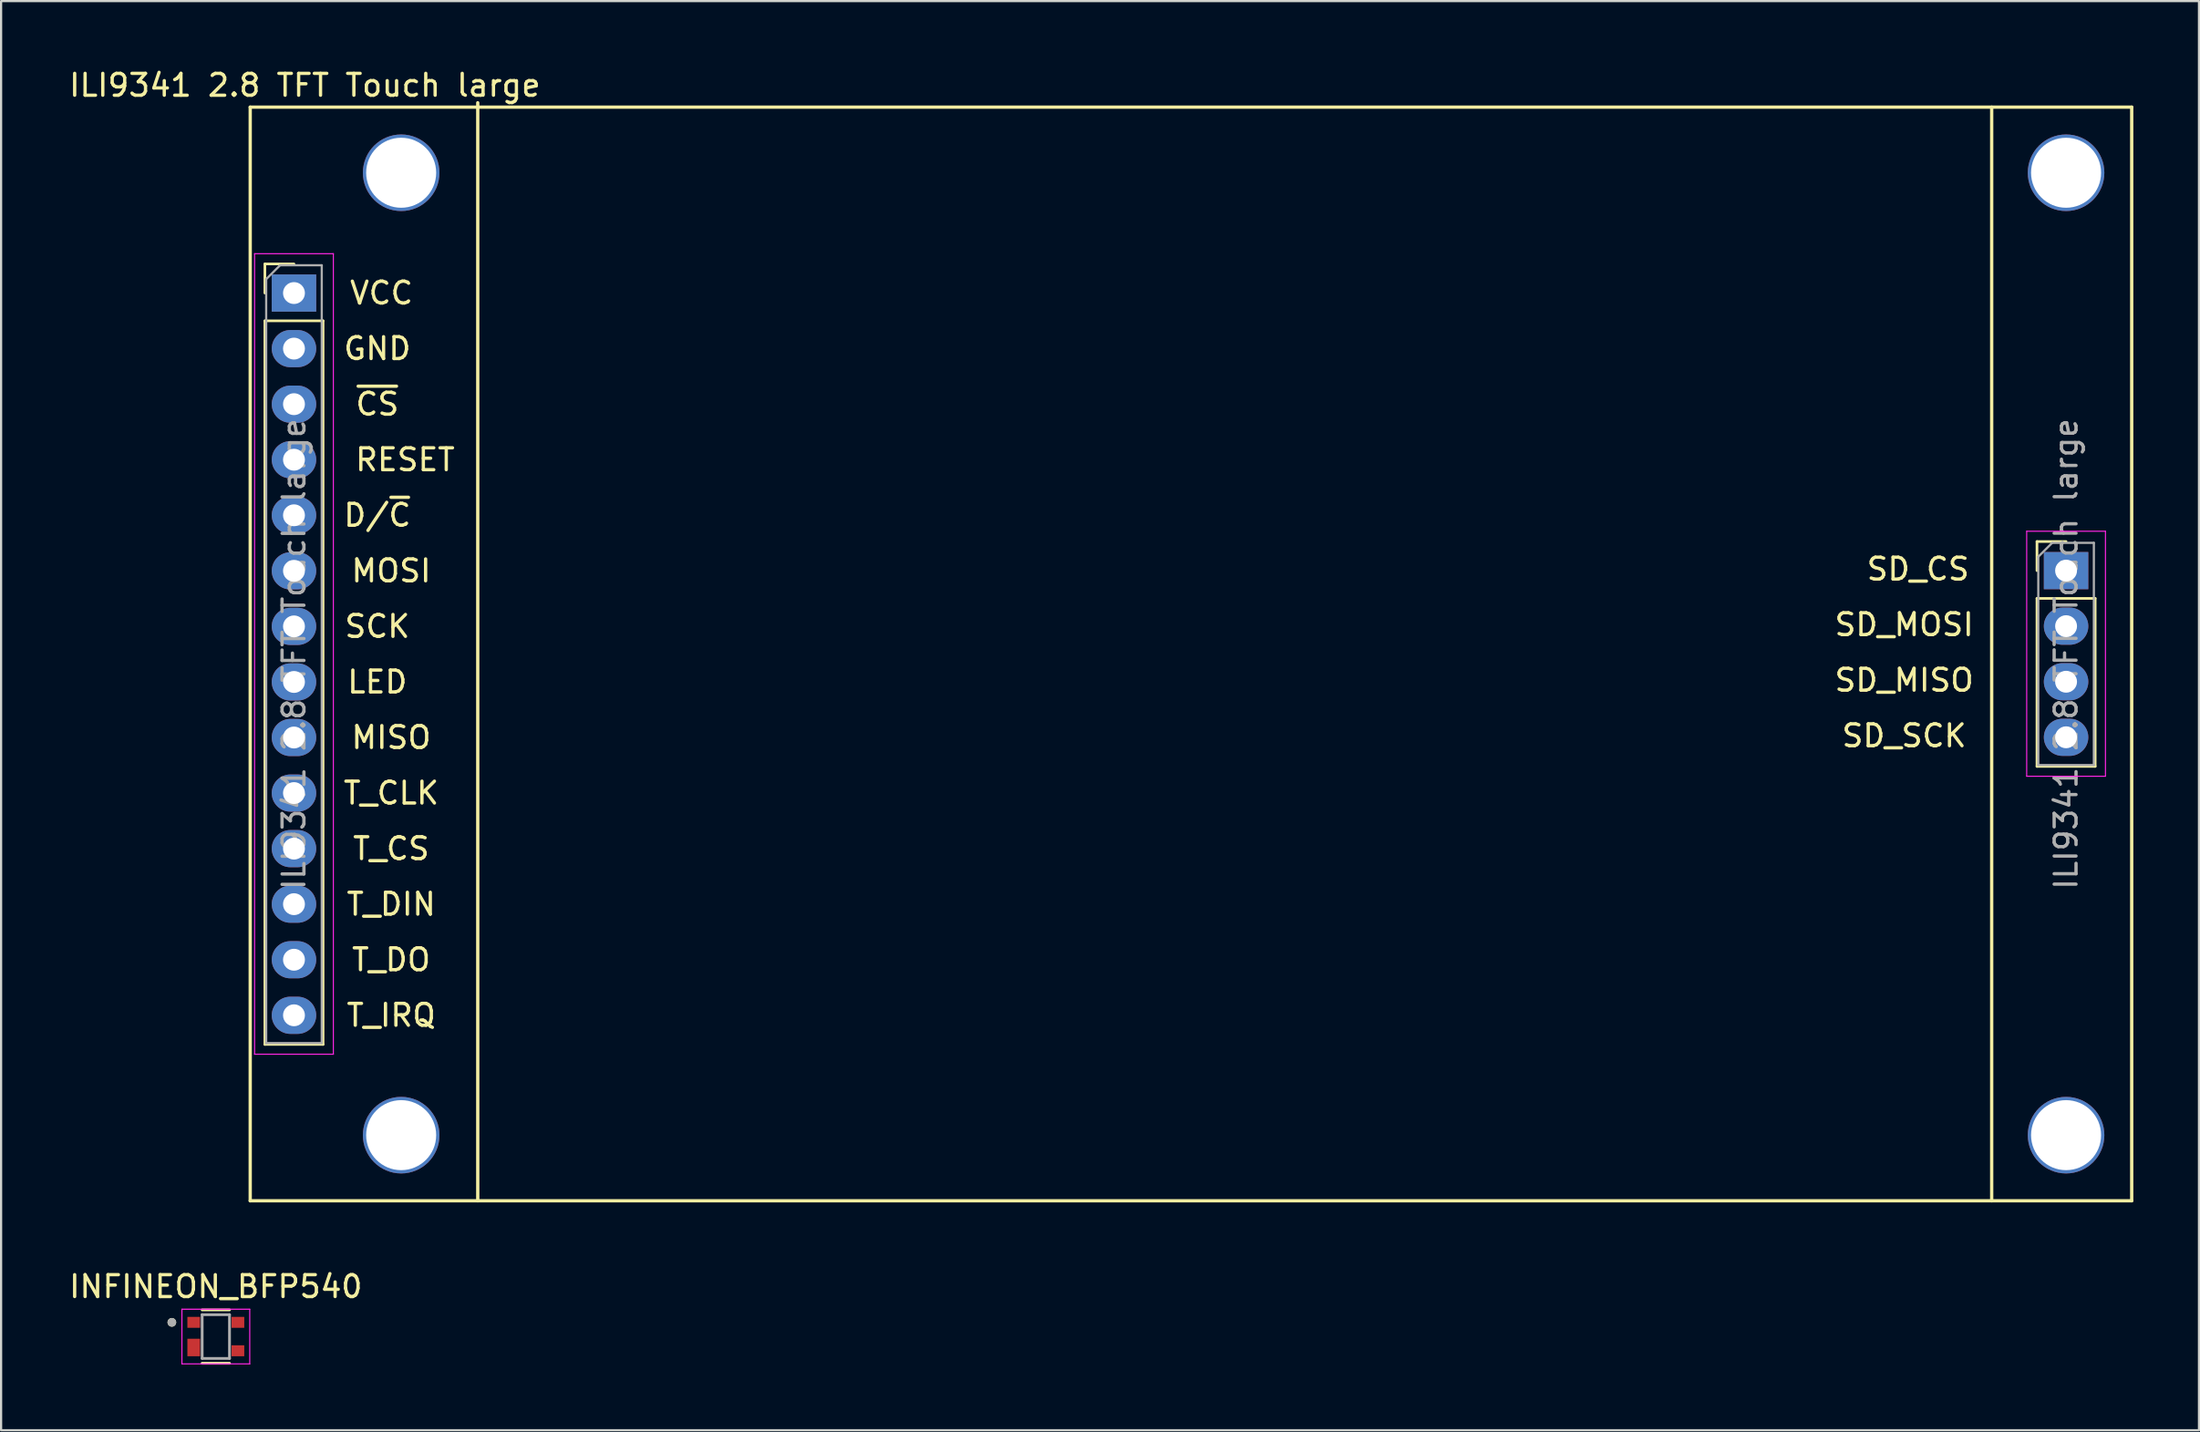
<source format=kicad_pcb>
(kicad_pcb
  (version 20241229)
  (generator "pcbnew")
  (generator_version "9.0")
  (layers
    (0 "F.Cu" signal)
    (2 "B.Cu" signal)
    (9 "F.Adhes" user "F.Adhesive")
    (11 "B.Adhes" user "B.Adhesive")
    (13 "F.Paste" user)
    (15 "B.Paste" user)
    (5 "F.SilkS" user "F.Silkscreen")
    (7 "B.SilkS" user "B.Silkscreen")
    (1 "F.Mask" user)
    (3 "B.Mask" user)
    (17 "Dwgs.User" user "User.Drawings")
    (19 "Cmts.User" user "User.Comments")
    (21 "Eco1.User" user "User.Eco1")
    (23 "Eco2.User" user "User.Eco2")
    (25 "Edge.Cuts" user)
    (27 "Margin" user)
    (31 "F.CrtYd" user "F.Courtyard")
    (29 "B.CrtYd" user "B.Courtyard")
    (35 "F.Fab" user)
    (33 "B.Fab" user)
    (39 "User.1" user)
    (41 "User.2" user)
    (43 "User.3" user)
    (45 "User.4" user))
  (footprint "INFINEON_BFP540"
    (layer "F.Cu")
    (at 6.815 58.056)
    (property "Reference" "INFINEON_BFP540" (at 0 -2.285 0) (layer "F.SilkS") (effects (font (size 1 1) (thickness 0.15))))
    (attr smd)
    (fp_line (start -0.625 -1.22) (end 0.625 -1.22) (stroke (width 0.127) (type solid)) (layer "F.SilkS"))
    (fp_line (start -0.625 1.22) (end 0.625 1.22) (stroke (width 0.127) (type solid)) (layer "F.SilkS"))
    (fp_circle (center -2.01 -0.65) (end -1.91 -0.65) (stroke (width 0.2) (type solid)) (fill no) (layer "F.SilkS"))
    (fp_line (start -1.55 -1.25) (end -1.55 1.25) (stroke (width 0.05) (type solid)) (layer "F.CrtYd"))
    (fp_line (start -1.55 1.25) (end 1.55 1.25) (stroke (width 0.05) (type solid)) (layer "F.CrtYd"))
    (fp_line (start 1.55 -1.25) (end -1.55 -1.25) (stroke (width 0.05) (type solid)) (layer "F.CrtYd"))
    (fp_line (start 1.55 1.25) (end 1.55 -1.25) (stroke (width 0.05) (type solid)) (layer "F.CrtYd"))
    (fp_line (start -0.625 -1) (end -0.625 1) (stroke (width 0.127) (type solid)) (layer "F.Fab"))
    (fp_line (start -0.625 1) (end 0.625 1) (stroke (width 0.127) (type solid)) (layer "F.Fab"))
    (fp_line (start 0.625 -1) (end -0.625 -1) (stroke (width 0.127) (type solid)) (layer "F.Fab"))
    (fp_line (start 0.625 1) (end 0.625 -1) (stroke (width 0.127) (type solid)) (layer "F.Fab"))
    (fp_circle (center -2.01 -0.65) (end -1.91 -0.65) (stroke (width 0.2) (type solid)) (fill no) (layer "F.Fab"))
    (pad "1" smd rect (at -1.01 -0.65) (size 0.58 0.5) (layers "F.Cu" "F.Mask" "F.Paste"))
    (pad "2" smd rect (at -1.01 0.5) (size 0.58 0.8) (layers "F.Cu" "F.Mask" "F.Paste"))
    (pad "3" smd rect (at 1.01 0.65) (size 0.58 0.5) (layers "F.Cu" "F.Mask" "F.Paste"))
    (pad "4" smd rect (at 1.01 -0.65) (size 0.58 0.5) (layers "F.Cu" "F.Mask" "F.Paste")))
  (footprint "ILI9341 2.8 TFT Touch large"
    (layer "F.Cu")
    (at 10.387 10.348)
    (property "Reference" "ILI9341 2.8 TFT Touch large" (at 0.5 -9.5 0) (layer "F.SilkS") (effects (font (size 1 1) (thickness 0.15))))
    (attr through_hole)
    (fp_line (start -2 -8.5) (end 84 -8.5) (stroke (width 0.15) (type solid)) (layer "F.SilkS"))
    (fp_line (start -2 41.5) (end -2 -8.5) (stroke (width 0.15) (type solid)) (layer "F.SilkS"))
    (fp_line (start -1.33 -1.33) (end 0 -1.33) (stroke (width 0.12) (type solid)) (layer "F.SilkS"))
    (fp_line (start -1.33 0) (end -1.33 -1.33) (stroke (width 0.12) (type solid)) (layer "F.SilkS"))
    (fp_line (start -1.33 1.27) (end -1.33 34.35) (stroke (width 0.12) (type solid)) (layer "F.SilkS"))
    (fp_line (start -1.33 1.27) (end 1.33 1.27) (stroke (width 0.12) (type solid)) (layer "F.SilkS"))
    (fp_line (start -1.33 34.35) (end 1.33 34.35) (stroke (width 0.12) (type solid)) (layer "F.SilkS"))
    (fp_line (start 1.33 1.27) (end 1.33 34.35) (stroke (width 0.12) (type solid)) (layer "F.SilkS"))
    (fp_line (start 8.4 -8.7) (end 8.4 41.5) (stroke (width 0.15) (type solid)) (layer "F.SilkS"))
    (fp_line (start 77.6 -8.5) (end 77.6 41.5) (stroke (width 0.15) (type solid)) (layer "F.SilkS"))
    (fp_line (start 79.67 11.36) (end 81 11.36) (stroke (width 0.12) (type solid)) (layer "F.SilkS"))
    (fp_line (start 79.67 12.69) (end 79.67 11.36) (stroke (width 0.12) (type solid)) (layer "F.SilkS"))
    (fp_line (start 79.67 13.96) (end 79.67 21.64) (stroke (width 0.12) (type solid)) (layer "F.SilkS"))
    (fp_line (start 79.67 13.96) (end 82.33 13.96) (stroke (width 0.12) (type solid)) (layer "F.SilkS"))
    (fp_line (start 79.67 21.64) (end 82.33 21.64) (stroke (width 0.12) (type solid)) (layer "F.SilkS"))
    (fp_line (start 82.33 13.96) (end 82.33 21.64) (stroke (width 0.12) (type solid)) (layer "F.SilkS"))
    (fp_line (start 84 -8.5) (end 84 41.5) (stroke (width 0.15) (type solid)) (layer "F.SilkS"))
    (fp_line (start 84 41.5) (end -2 41.5) (stroke (width 0.15) (type solid)) (layer "F.SilkS"))
    (fp_line (start -1.8 -1.8) (end -1.8 34.8) (stroke (width 0.05) (type solid)) (layer "F.CrtYd"))
    (fp_line (start -1.8 34.8) (end 1.8 34.8) (stroke (width 0.05) (type solid)) (layer "F.CrtYd"))
    (fp_line (start 1.8 -1.8) (end -1.8 -1.8) (stroke (width 0.05) (type solid)) (layer "F.CrtYd"))
    (fp_line (start 1.8 34.8) (end 1.8 -1.8) (stroke (width 0.05) (type solid)) (layer "F.CrtYd"))
    (fp_line (start 79.2 10.89) (end 79.2 22.09) (stroke (width 0.05) (type solid)) (layer "F.CrtYd"))
    (fp_line (start 79.2 22.09) (end 82.8 22.09) (stroke (width 0.05) (type solid)) (layer "F.CrtYd"))
    (fp_line (start 82.8 10.89) (end 79.2 10.89) (stroke (width 0.05) (type solid)) (layer "F.CrtYd"))
    (fp_line (start 82.8 22.09) (end 82.8 10.89) (stroke (width 0.05) (type solid)) (layer "F.CrtYd"))
    (fp_line (start -1.27 -0.635) (end -0.635 -1.27) (stroke (width 0.1) (type solid)) (layer "F.Fab"))
    (fp_line (start -1.27 34.29) (end -1.27 -0.635) (stroke (width 0.1) (type solid)) (layer "F.Fab"))
    (fp_line (start -0.635 -1.27) (end 1.27 -1.27) (stroke (width 0.1) (type solid)) (layer "F.Fab"))
    (fp_line (start 1.27 -1.27) (end 1.27 34.29) (stroke (width 0.1) (type solid)) (layer "F.Fab"))
    (fp_line (start 1.27 34.29) (end -1.27 34.29) (stroke (width 0.1) (type solid)) (layer "F.Fab"))
    (fp_line (start 79.73 12.055) (end 80.365 11.42) (stroke (width 0.1) (type solid)) (layer "F.Fab"))
    (fp_line (start 79.73 21.58) (end 79.73 12.055) (stroke (width 0.1) (type solid)) (layer "F.Fab"))
    (fp_line (start 80.365 11.42) (end 82.27 11.42) (stroke (width 0.1) (type solid)) (layer "F.Fab"))
    (fp_line (start 82.27 11.42) (end 82.27 21.58) (stroke (width 0.1) (type solid)) (layer "F.Fab"))
    (fp_line (start 82.27 21.58) (end 79.73 21.58) (stroke (width 0.1) (type solid)) (layer "F.Fab"))
    (fp_text user "SD_MISO" (at 73.6 17.7 0) (unlocked yes) (layer "F.SilkS") (effects (font (size 1 1) (thickness 0.15))))
    (fp_text user "MISO" (at 4.445 20.32 0) (unlocked yes) (layer "F.SilkS") (effects (font (size 1 1) (thickness 0.15))))
    (fp_text user "RESET" (at 5.08 7.62 0) (unlocked yes) (layer "F.SilkS") (effects (font (size 1 1) (thickness 0.15))))
    (fp_text user "T_DIN" (at 4.445 27.94 0) (unlocked yes) (layer "F.SilkS") (effects (font (size 1 1) (thickness 0.15))))
    (fp_text user "VCC" (at 4 0 0) (unlocked yes) (layer "F.SilkS") (effects (font (size 1 1) (thickness 0.15))))
    (fp_text user "T_CLK" (at 4.445 22.86 0) (unlocked yes) (layer "F.SilkS") (effects (font (size 1 1) (thickness 0.15))))
    (fp_text user "GND" (at 3.81 2.54 0) (unlocked yes) (layer "F.SilkS") (effects (font (size 1 1) (thickness 0.15))))
    (fp_text user "T_IRQ" (at 4.445 33.02 0) (unlocked yes) (layer "F.SilkS") (effects (font (size 1 1) (thickness 0.15))))
    (fp_text user "SD_CS" (at 74.235 12.62 0) (unlocked yes) (layer "F.SilkS") (effects (font (size 1 1) (thickness 0.15))))
    (fp_text user "D/~{C}" (at 3.81 10.16 0) (unlocked yes) (layer "F.SilkS") (effects (font (size 1 1) (thickness 0.15))))
    (fp_text user "SD_SCK" (at 73.6 20.24 0) (unlocked yes) (layer "F.SilkS") (effects (font (size 1 1) (thickness 0.15))))
    (fp_text user "T_DO" (at 4.445 30.48 0) (unlocked yes) (layer "F.SilkS") (effects (font (size 1 1) (thickness 0.15))))
    (fp_text user "~{CS}" (at 3.81 5.08 0) (unlocked yes) (layer "F.SilkS") (effects (font (size 1 1) (thickness 0.15))))
    (fp_text user "SCK" (at 3.81 15.24 0) (unlocked yes) (layer "F.SilkS") (effects (font (size 1 1) (thickness 0.15))))
    (fp_text user "LED" (at 3.81 17.78 0) (unlocked yes) (layer "F.SilkS") (effects (font (size 1 1) (thickness 0.15))))
    (fp_text user "SD_MOSI" (at 73.6 15.16 0) (unlocked yes) (layer "F.SilkS") (effects (font (size 1 1) (thickness 0.15))))
    (fp_text user "T_CS" (at 4.445 25.4 0) (unlocked yes) (layer "F.SilkS") (effects (font (size 1 1) (thickness 0.15))))
    (fp_text user "MOSI" (at 4.445 12.7 0) (unlocked yes) (layer "F.SilkS") (effects (font (size 1 1) (thickness 0.15))))
    (fp_text user "${REFERENCE}" (at 0 16.51 90) (layer "F.Fab") (effects (font (size 1 1) (thickness 0.15))))
    (fp_text user "${REFERENCE}" (at 81 16.5 90) (layer "F.Fab") (effects (font (size 1 1) (thickness 0.15))))
    (pad "" np_thru_hole circle (at 4.9 -5.5) (size 3.5 3.5) (drill 3.2) (layers "*.Cu" "*.Mask"))
    (pad "" np_thru_hole circle (at 4.9 38.5) (size 3.5 3.5) (drill 3.2) (layers "*.Cu" "*.Mask"))
    (pad "" np_thru_hole circle (at 81 -5.5) (size 3.5 3.5) (drill 3.2) (layers "*.Cu" "*.Mask"))
    (pad "" np_thru_hole circle (at 81 38.5) (size 3.5 3.5) (drill 3.2) (layers "*.Cu" "*.Mask"))
    (pad "1" thru_hole rect (at 0 0) (size 2.032 1.7) (drill 1) (layers "*.Cu" "*.Mask"))
    (pad "2" thru_hole oval (at 0 2.54) (size 2.032 1.7) (drill 1) (layers "*.Cu" "*.Mask"))
    (pad "2" thru_hole oval (at 81 15.23) (size 2.032 1.7) (drill 1) (layers "*.Cu" "*.Mask"))
    (pad "3" thru_hole oval (at 0 5.08) (size 2.032 1.7) (drill 1) (layers "*.Cu" "*.Mask"))
    (pad "3" thru_hole oval (at 81 17.77) (size 2.032 1.7) (drill 1) (layers "*.Cu" "*.Mask"))
    (pad "4" thru_hole oval (at 0 7.62) (size 2.032 1.7) (drill 1) (layers "*.Cu" "*.Mask"))
    (pad "4" thru_hole oval (at 81 20.31) (size 2.032 1.7) (drill 1) (layers "*.Cu" "*.Mask"))
    (pad "5" thru_hole oval (at 0 10.16) (size 2.032 1.7) (drill 1) (layers "*.Cu" "*.Mask"))
    (pad "6" thru_hole oval (at 0 12.7) (size 2.032 1.7) (drill 1) (layers "*.Cu" "*.Mask"))
    (pad "7" thru_hole oval (at 0 15.24) (size 2.032 1.7) (drill 1) (layers "*.Cu" "*.Mask"))
    (pad "8" thru_hole oval (at 0 17.78) (size 2.032 1.7) (drill 1) (layers "*.Cu" "*.Mask"))
    (pad "9" thru_hole oval (at 0 20.32) (size 2.032 1.7) (drill 1) (layers "*.Cu" "*.Mask"))
    (pad "10" thru_hole oval (at 0 22.86) (size 2.032 1.7) (drill 1) (layers "*.Cu" "*.Mask"))
    (pad "11" thru_hole oval (at 0 25.4) (size 2.032 1.7) (drill 1) (layers "*.Cu" "*.Mask"))
    (pad "12" thru_hole oval (at 0 27.94) (size 2.032 1.7) (drill 1) (layers "*.Cu" "*.Mask"))
    (pad "13" thru_hole oval (at 0 30.48) (size 2.032 1.7) (drill 1) (layers "*.Cu" "*.Mask"))
    (pad "14" thru_hole oval (at 0 33.02) (size 2.032 1.7) (drill 1) (layers "*.Cu" "*.Mask"))
    (pad "15" thru_hole rect (at 81 12.69) (size 2.032 1.7) (drill 1) (layers "*.Cu" "*.Mask")))
  (gr_rect
    (start -3 -3)
    (end 97.462 62.34)
    (stroke (width 0.1) (type default))
    (fill no)
    (layer "Edge.Cuts")))
</source>
